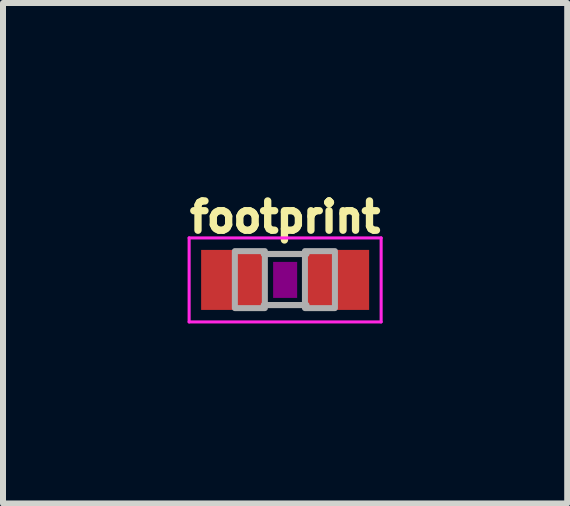
<source format=kicad_pcb>
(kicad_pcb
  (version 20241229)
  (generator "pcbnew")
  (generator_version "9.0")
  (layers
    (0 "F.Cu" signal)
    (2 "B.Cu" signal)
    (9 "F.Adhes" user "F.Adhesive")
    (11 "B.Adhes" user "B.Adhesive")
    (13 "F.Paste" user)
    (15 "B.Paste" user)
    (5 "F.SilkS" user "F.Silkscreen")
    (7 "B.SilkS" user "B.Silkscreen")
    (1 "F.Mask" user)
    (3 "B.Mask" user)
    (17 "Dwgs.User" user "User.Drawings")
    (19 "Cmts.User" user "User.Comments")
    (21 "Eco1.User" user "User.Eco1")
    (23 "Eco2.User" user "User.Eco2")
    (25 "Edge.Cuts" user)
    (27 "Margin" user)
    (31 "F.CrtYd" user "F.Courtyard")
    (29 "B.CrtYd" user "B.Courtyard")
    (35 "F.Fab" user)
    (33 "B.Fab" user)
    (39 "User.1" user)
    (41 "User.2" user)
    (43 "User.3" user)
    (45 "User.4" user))
  (footprint "footprint"
    (layer "F.Cu")
    (at 1.702 1.615)
    (property "Reference" "footprint" (at 0 -0.762 0) (layer "F.SilkS") (effects (font (size 0.488 0.488) (thickness 0.122)) (justify bottom)))
    (fp_poly (pts (xy -0.2 0.3) (xy 0.2 0.3) (xy 0.2 -0.3) (xy -0.2 -0.3)) (stroke (width 0) (type solid)) (fill yes) (layer "F.Adhes"))
    (fp_line (start -1.6 -0.7) (end 1.6 -0.7) (stroke (width 0.051) (type solid)) (layer "F.CrtYd"))
    (fp_line (start -1.6 0.7) (end -1.6 -0.7) (stroke (width 0.051) (type solid)) (layer "F.CrtYd"))
    (fp_line (start 1.6 -0.7) (end 1.6 0.7) (stroke (width 0.051) (type solid)) (layer "F.CrtYd"))
    (fp_line (start 1.6 0.7) (end -1.6 0.7) (stroke (width 0.051) (type solid)) (layer "F.CrtYd"))
    (fp_line (start -0.356 -0.432) (end 0.356 -0.432) (stroke (width 0.102) (type solid)) (layer "F.Fab"))
    (fp_line (start -0.356 0.419) (end 0.356 0.419) (stroke (width 0.102) (type solid)) (layer "F.Fab"))
    (fp_poly (pts (xy -0.838 0.47) (xy -0.338 0.47) (xy -0.338 -0.48) (xy -0.838 -0.48)) (stroke (width 0.1) (type solid)) (fill no) (layer "F.Fab"))
    (fp_poly (pts (xy 0.33 0.47) (xy 0.83 0.47) (xy 0.83 -0.48) (xy 0.33 -0.48)) (stroke (width 0.1) (type solid)) (fill no) (layer "F.Fab"))
    (pad "1" smd rect (at -0.85 0) (size 1.1 1) (layers "F.Cu" "F.Mask" "F.Paste"))
    (pad "2" smd rect (at 0.85 0) (size 1.1 1) (layers "F.Cu" "F.Mask" "F.Paste")))
  (gr_rect
    (start -3 -3)
    (end 6.403 5.341)
    (stroke (width 0.1) (type default))
    (fill no)
    (layer "Edge.Cuts")))
</source>
